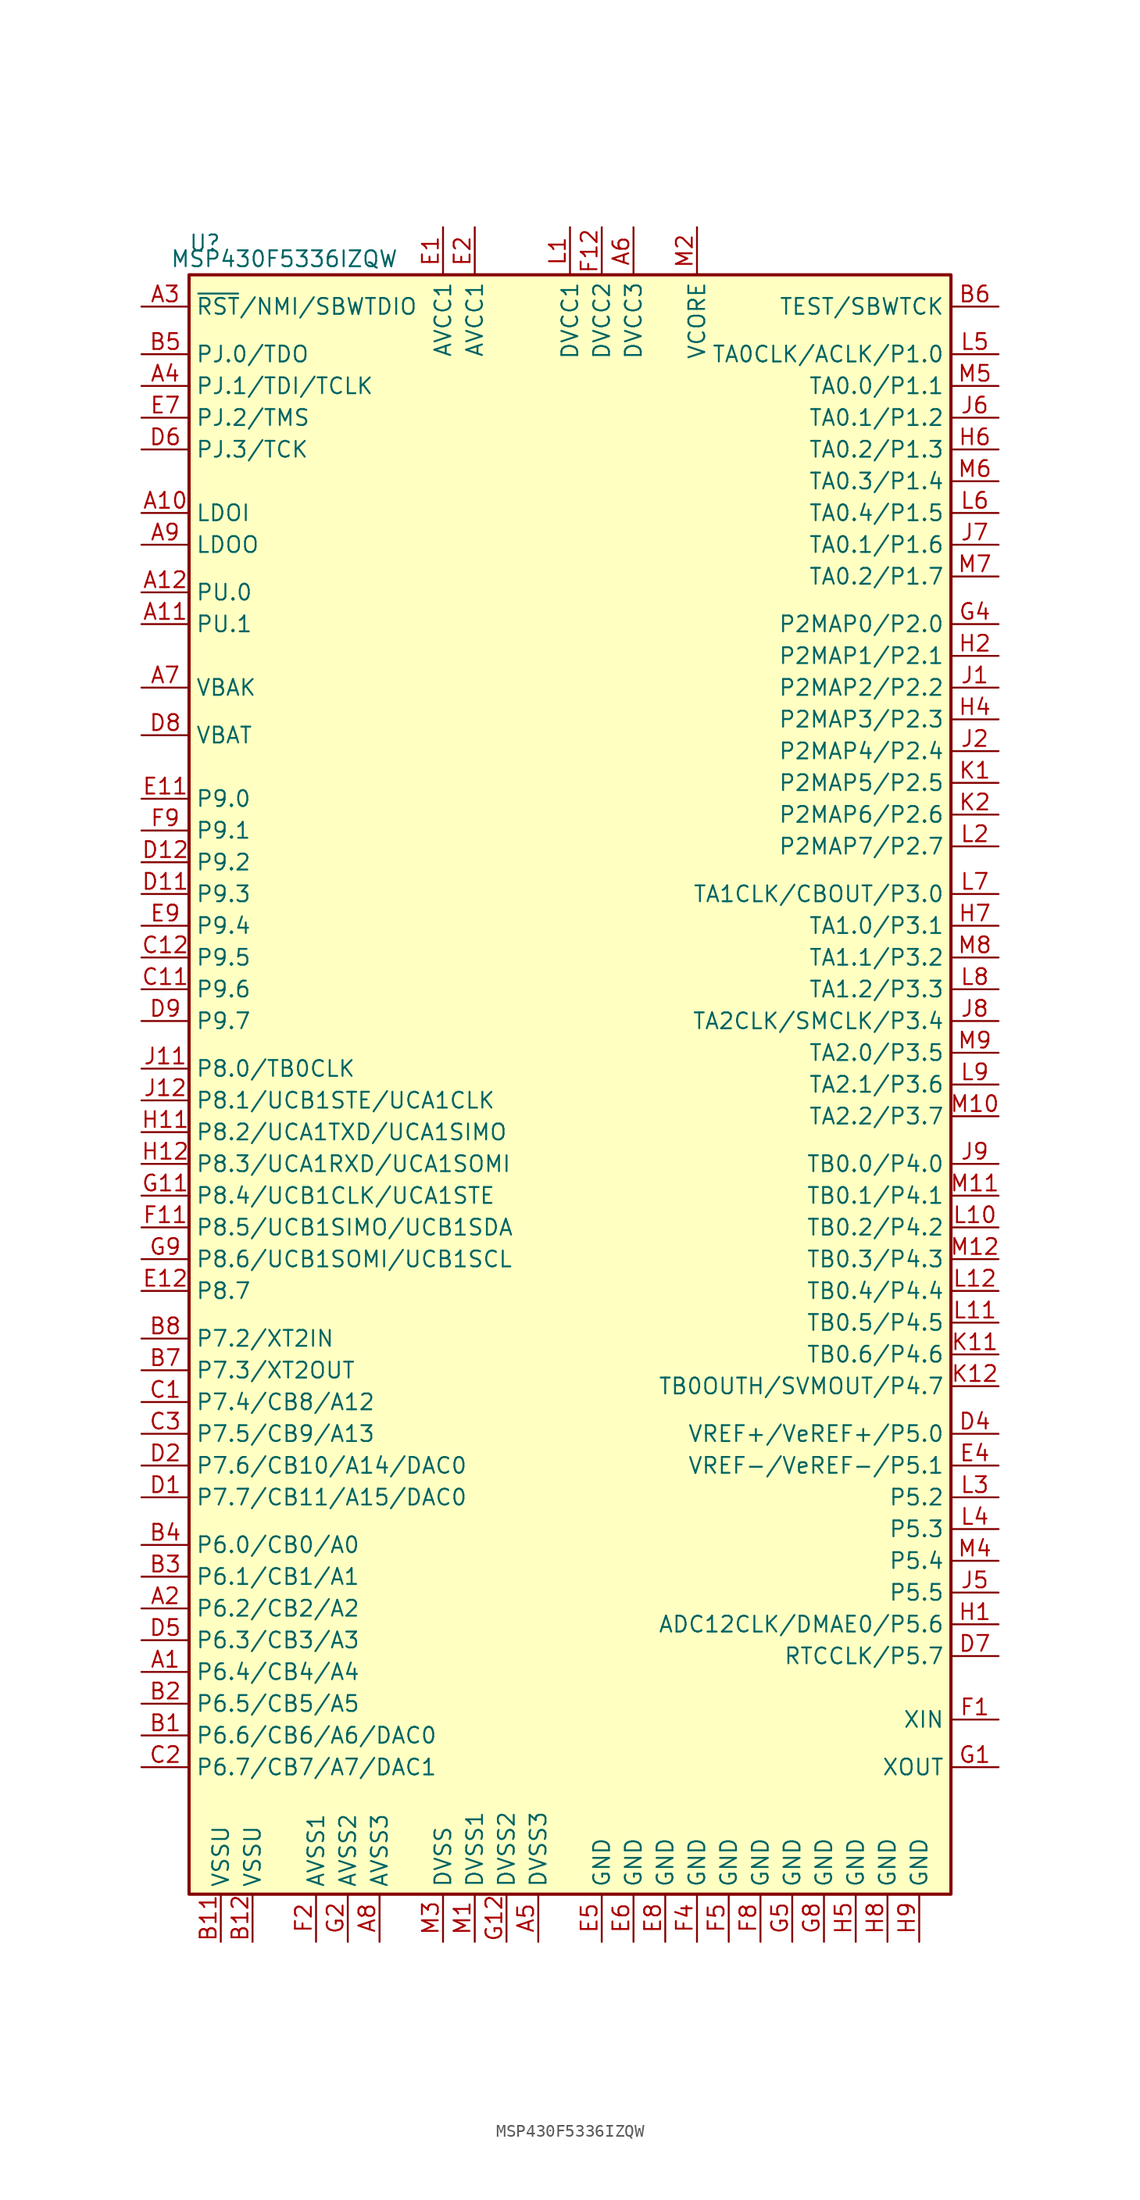
<source format=kicad_sym>
(kicad_symbol_lib
  (version 20220914)
  (generator kicad_symbol_editor)
  (symbol "MSP430F5336IZQW"
    (property "Reference" "U"
      (at -29.21 67.31 0)
      (effects (font (size 1.27 1.27))))
    (property "Value" "MSP430F5336IZQW"
      (at -22.86 66.04 0)
      (effects (font (size 1.27 1.27))))
    (symbol "MSP430F5336IZQW_0_1"
      (rectangle (start -30.48 64.77) (end 30.48 -64.77) (stroke (width 0.254) (type default)) (fill (type background))))
    (symbol "MSP430F5336IZQW_1_1"
      (pin bidirectional line (at -34.29 -46.99 0) (length 3.81) (name "P6.4/CB4/A4" (effects (font (size 1.27 1.27)))) (number "A1" (effects (font (size 1.27 1.27)))))
      (pin bidirectional line (at -34.29 45.72 0) (length 3.81) (name "LDOI" (effects (font (size 1.27 1.27)))) (number "A10" (effects (font (size 1.27 1.27)))))
      (pin bidirectional line (at -34.29 36.83 0) (length 3.81) (name "PU.1" (effects (font (size 1.27 1.27)))) (number "A11" (effects (font (size 1.27 1.27)))))
      (pin bidirectional line (at -34.29 39.37 0) (length 3.81) (name "PU.0" (effects (font (size 1.27 1.27)))) (number "A12" (effects (font (size 1.27 1.27)))))
      (pin bidirectional line (at -34.29 -41.91 0) (length 3.81) (name "P6.2/CB2/A2" (effects (font (size 1.27 1.27)))) (number "A2" (effects (font (size 1.27 1.27)))))
      (pin input line (at -34.29 62.23 0) (length 3.81) (name "~{RST}/NMI/SBWTDIO" (effects (font (size 1.27 1.27)))) (number "A3" (effects (font (size 1.27 1.27)))))
      (pin bidirectional line (at -34.29 55.88 0) (length 3.81) (name "PJ.1/TDI/TCLK" (effects (font (size 1.27 1.27)))) (number "A4" (effects (font (size 1.27 1.27)))))
      (pin power_in line (at -2.54 -68.58 90) (length 3.81) (name "DVSS3" (effects (font (size 1.27 1.27)))) (number "A5" (effects (font (size 1.27 1.27)))))
      (pin power_in line (at 5.08 68.58 270) (length 3.81) (name "DVCC3" (effects (font (size 1.27 1.27)))) (number "A6" (effects (font (size 1.27 1.27)))))
      (pin bidirectional line (at -34.29 31.75 0) (length 3.81) (name "VBAK" (effects (font (size 1.27 1.27)))) (number "A7" (effects (font (size 1.27 1.27)))))
      (pin power_in line (at -15.24 -68.58 90) (length 3.81) (name "AVSS3" (effects (font (size 1.27 1.27)))) (number "A8" (effects (font (size 1.27 1.27)))))
      (pin bidirectional line (at -34.29 43.18 0) (length 3.81) (name "LDOO" (effects (font (size 1.27 1.27)))) (number "A9" (effects (font (size 1.27 1.27)))))
      (pin bidirectional line (at -34.29 -52.07 0) (length 3.81) (name "P6.6/CB6/A6/DAC0" (effects (font (size 1.27 1.27)))) (number "B1" (effects (font (size 1.27 1.27)))))
      (pin power_in line (at -27.94 -68.58 90) (length 3.81) (name "VSSU" (effects (font (size 1.27 1.27)))) (number "B11" (effects (font (size 1.27 1.27)))))
      (pin power_in line (at -25.4 -68.58 90) (length 3.81) (name "VSSU" (effects (font (size 1.27 1.27)))) (number "B12" (effects (font (size 1.27 1.27)))))
      (pin bidirectional line (at -34.29 -49.53 0) (length 3.81) (name "P6.5/CB5/A5" (effects (font (size 1.27 1.27)))) (number "B2" (effects (font (size 1.27 1.27)))))
      (pin bidirectional line (at -34.29 -39.37 0) (length 3.81) (name "P6.1/CB1/A1" (effects (font (size 1.27 1.27)))) (number "B3" (effects (font (size 1.27 1.27)))))
      (pin bidirectional line (at -34.29 -36.83 0) (length 3.81) (name "P6.0/CB0/A0" (effects (font (size 1.27 1.27)))) (number "B4" (effects (font (size 1.27 1.27)))))
      (pin bidirectional line (at -34.29 58.42 0) (length 3.81) (name "PJ.0/TDO" (effects (font (size 1.27 1.27)))) (number "B5" (effects (font (size 1.27 1.27)))))
      (pin input line (at 34.29 62.23 180) (length 3.81) (name "TEST/SBWTCK" (effects (font (size 1.27 1.27)))) (number "B6" (effects (font (size 1.27 1.27)))))
      (pin bidirectional line (at -34.29 -22.86 0) (length 3.81) (name "P7.3/XT2OUT" (effects (font (size 1.27 1.27)))) (number "B7" (effects (font (size 1.27 1.27)))))
      (pin bidirectional line (at -34.29 -20.32 0) (length 3.81) (name "P7.2/XT2IN" (effects (font (size 1.27 1.27)))) (number "B8" (effects (font (size 1.27 1.27)))))
      (pin bidirectional line (at -34.29 -25.4 0) (length 3.81) (name "P7.4/CB8/A12" (effects (font (size 1.27 1.27)))) (number "C1" (effects (font (size 1.27 1.27)))))
      (pin bidirectional line (at -34.29 7.62 0) (length 3.81) (name "P9.6" (effects (font (size 1.27 1.27)))) (number "C11" (effects (font (size 1.27 1.27)))))
      (pin bidirectional line (at -34.29 10.16 0) (length 3.81) (name "P9.5" (effects (font (size 1.27 1.27)))) (number "C12" (effects (font (size 1.27 1.27)))))
      (pin bidirectional line (at -34.29 -54.61 0) (length 3.81) (name "P6.7/CB7/A7/DAC1" (effects (font (size 1.27 1.27)))) (number "C2" (effects (font (size 1.27 1.27)))))
      (pin bidirectional line (at -34.29 -27.94 0) (length 3.81) (name "P7.5/CB9/A13" (effects (font (size 1.27 1.27)))) (number "C3" (effects (font (size 1.27 1.27)))))
      (pin bidirectional line (at -34.29 -33.02 0) (length 3.81) (name "P7.7/CB11/A15/DAC0" (effects (font (size 1.27 1.27)))) (number "D1" (effects (font (size 1.27 1.27)))))
      (pin bidirectional line (at -34.29 15.24 0) (length 3.81) (name "P9.3" (effects (font (size 1.27 1.27)))) (number "D11" (effects (font (size 1.27 1.27)))))
      (pin bidirectional line (at -34.29 17.78 0) (length 3.81) (name "P9.2" (effects (font (size 1.27 1.27)))) (number "D12" (effects (font (size 1.27 1.27)))))
      (pin bidirectional line (at -34.29 -30.48 0) (length 3.81) (name "P7.6/CB10/A14/DAC0" (effects (font (size 1.27 1.27)))) (number "D2" (effects (font (size 1.27 1.27)))))
      (pin bidirectional line (at 34.29 -27.94 180) (length 3.81) (name "VREF+/VeREF+/P5.0" (effects (font (size 1.27 1.27)))) (number "D4" (effects (font (size 1.27 1.27)))))
      (pin bidirectional line (at -34.29 -44.45 0) (length 3.81) (name "P6.3/CB3/A3" (effects (font (size 1.27 1.27)))) (number "D5" (effects (font (size 1.27 1.27)))))
      (pin bidirectional line (at -34.29 50.8 0) (length 3.81) (name "PJ.3/TCK" (effects (font (size 1.27 1.27)))) (number "D6" (effects (font (size 1.27 1.27)))))
      (pin bidirectional line (at 34.29 -45.72 180) (length 3.81) (name "RTCCLK/P5.7" (effects (font (size 1.27 1.27)))) (number "D7" (effects (font (size 1.27 1.27)))))
      (pin bidirectional line (at -34.29 27.94 0) (length 3.81) (name "VBAT" (effects (font (size 1.27 1.27)))) (number "D8" (effects (font (size 1.27 1.27)))))
      (pin bidirectional line (at -34.29 5.08 0) (length 3.81) (name "P9.7" (effects (font (size 1.27 1.27)))) (number "D9" (effects (font (size 1.27 1.27)))))
      (pin power_in line (at -10.16 68.58 270) (length 3.81) (name "AVCC1" (effects (font (size 1.27 1.27)))) (number "E1" (effects (font (size 1.27 1.27)))))
      (pin bidirectional line (at -34.29 22.86 0) (length 3.81) (name "P9.0" (effects (font (size 1.27 1.27)))) (number "E11" (effects (font (size 1.27 1.27)))))
      (pin bidirectional line (at -34.29 -16.51 0) (length 3.81) (name "P8.7" (effects (font (size 1.27 1.27)))) (number "E12" (effects (font (size 1.27 1.27)))))
      (pin power_in line (at -7.62 68.58 270) (length 3.81) (name "AVCC1" (effects (font (size 1.27 1.27)))) (number "E2" (effects (font (size 1.27 1.27)))))
      (pin bidirectional line (at 34.29 -30.48 180) (length 3.81) (name "VREF-/VeREF-/P5.1" (effects (font (size 1.27 1.27)))) (number "E4" (effects (font (size 1.27 1.27)))))
      (pin power_in line (at 2.54 -68.58 90) (length 3.81) (name "GND" (effects (font (size 1.27 1.27)))) (number "E5" (effects (font (size 1.27 1.27)))))
      (pin power_in line (at 5.08 -68.58 90) (length 3.81) (name "GND" (effects (font (size 1.27 1.27)))) (number "E6" (effects (font (size 1.27 1.27)))))
      (pin bidirectional line (at -34.29 53.34 0) (length 3.81) (name "PJ.2/TMS" (effects (font (size 1.27 1.27)))) (number "E7" (effects (font (size 1.27 1.27)))))
      (pin power_in line (at 7.62 -68.58 90) (length 3.81) (name "GND" (effects (font (size 1.27 1.27)))) (number "E8" (effects (font (size 1.27 1.27)))))
      (pin bidirectional line (at -34.29 12.7 0) (length 3.81) (name "P9.4" (effects (font (size 1.27 1.27)))) (number "E9" (effects (font (size 1.27 1.27)))))
      (pin bidirectional line (at 34.29 -50.8 180) (length 3.81) (name "XIN" (effects (font (size 1.27 1.27)))) (number "F1" (effects (font (size 1.27 1.27)))))
      (pin bidirectional line (at -34.29 -11.43 0) (length 3.81) (name "P8.5/UCB1SIMO/UCB1SDA" (effects (font (size 1.27 1.27)))) (number "F11" (effects (font (size 1.27 1.27)))))
      (pin power_in line (at 2.54 68.58 270) (length 3.81) (name "DVCC2" (effects (font (size 1.27 1.27)))) (number "F12" (effects (font (size 1.27 1.27)))))
      (pin power_in line (at -20.32 -68.58 90) (length 3.81) (name "AVSS1" (effects (font (size 1.27 1.27)))) (number "F2" (effects (font (size 1.27 1.27)))))
      (pin power_in line (at 10.16 -68.58 90) (length 3.81) (name "GND" (effects (font (size 1.27 1.27)))) (number "F4" (effects (font (size 1.27 1.27)))))
      (pin power_in line (at 12.7 -68.58 90) (length 3.81) (name "GND" (effects (font (size 1.27 1.27)))) (number "F5" (effects (font (size 1.27 1.27)))))
      (pin power_in line (at 15.24 -68.58 90) (length 3.81) (name "GND" (effects (font (size 1.27 1.27)))) (number "F8" (effects (font (size 1.27 1.27)))))
      (pin bidirectional line (at -34.29 20.32 0) (length 3.81) (name "P9.1" (effects (font (size 1.27 1.27)))) (number "F9" (effects (font (size 1.27 1.27)))))
      (pin bidirectional line (at 34.29 -54.61 180) (length 3.81) (name "XOUT" (effects (font (size 1.27 1.27)))) (number "G1" (effects (font (size 1.27 1.27)))))
      (pin bidirectional line (at -34.29 -8.89 0) (length 3.81) (name "P8.4/UCB1CLK/UCA1STE" (effects (font (size 1.27 1.27)))) (number "G11" (effects (font (size 1.27 1.27)))))
      (pin power_in line (at -5.08 -68.58 90) (length 3.81) (name "DVSS2" (effects (font (size 1.27 1.27)))) (number "G12" (effects (font (size 1.27 1.27)))))
      (pin power_in line (at -17.78 -68.58 90) (length 3.81) (name "AVSS2" (effects (font (size 1.27 1.27)))) (number "G2" (effects (font (size 1.27 1.27)))))
      (pin bidirectional line (at 34.29 36.83 180) (length 3.81) (name "P2MAP0/P2.0" (effects (font (size 1.27 1.27)))) (number "G4" (effects (font (size 1.27 1.27)))))
      (pin power_in line (at 17.78 -68.58 90) (length 3.81) (name "GND" (effects (font (size 1.27 1.27)))) (number "G5" (effects (font (size 1.27 1.27)))))
      (pin power_in line (at 20.32 -68.58 90) (length 3.81) (name "GND" (effects (font (size 1.27 1.27)))) (number "G8" (effects (font (size 1.27 1.27)))))
      (pin bidirectional line (at -34.29 -13.97 0) (length 3.81) (name "P8.6/UCB1SOMI/UCB1SCL" (effects (font (size 1.27 1.27)))) (number "G9" (effects (font (size 1.27 1.27)))))
      (pin bidirectional line (at 34.29 -43.18 180) (length 3.81) (name "ADC12CLK/DMAE0/P5.6" (effects (font (size 1.27 1.27)))) (number "H1" (effects (font (size 1.27 1.27)))))
      (pin bidirectional line (at -34.29 -3.81 0) (length 3.81) (name "P8.2/UCA1TXD/UCA1SIMO" (effects (font (size 1.27 1.27)))) (number "H11" (effects (font (size 1.27 1.27)))))
      (pin bidirectional line (at -34.29 -6.35 0) (length 3.81) (name "P8.3/UCA1RXD/UCA1SOMI" (effects (font (size 1.27 1.27)))) (number "H12" (effects (font (size 1.27 1.27)))))
      (pin bidirectional line (at 34.29 34.29 180) (length 3.81) (name "P2MAP1/P2.1" (effects (font (size 1.27 1.27)))) (number "H2" (effects (font (size 1.27 1.27)))))
      (pin bidirectional line (at 34.29 29.21 180) (length 3.81) (name "P2MAP3/P2.3" (effects (font (size 1.27 1.27)))) (number "H4" (effects (font (size 1.27 1.27)))))
      (pin power_in line (at 22.86 -68.58 90) (length 3.81) (name "GND" (effects (font (size 1.27 1.27)))) (number "H5" (effects (font (size 1.27 1.27)))))
      (pin bidirectional line (at 34.29 50.8 180) (length 3.81) (name "TA0.2/P1.3" (effects (font (size 1.27 1.27)))) (number "H6" (effects (font (size 1.27 1.27)))))
      (pin bidirectional line (at 34.29 12.7 180) (length 3.81) (name "TA1.0/P3.1" (effects (font (size 1.27 1.27)))) (number "H7" (effects (font (size 1.27 1.27)))))
      (pin power_in line (at 25.4 -68.58 90) (length 3.81) (name "GND" (effects (font (size 1.27 1.27)))) (number "H8" (effects (font (size 1.27 1.27)))))
      (pin power_in line (at 27.94 -68.58 90) (length 3.81) (name "GND" (effects (font (size 1.27 1.27)))) (number "H9" (effects (font (size 1.27 1.27)))))
      (pin bidirectional line (at 34.29 31.75 180) (length 3.81) (name "P2MAP2/P2.2" (effects (font (size 1.27 1.27)))) (number "J1" (effects (font (size 1.27 1.27)))))
      (pin bidirectional line (at -34.29 1.27 0) (length 3.81) (name "P8.0/TB0CLK" (effects (font (size 1.27 1.27)))) (number "J11" (effects (font (size 1.27 1.27)))))
      (pin bidirectional line (at -34.29 -1.27 0) (length 3.81) (name "P8.1/UCB1STE/UCA1CLK" (effects (font (size 1.27 1.27)))) (number "J12" (effects (font (size 1.27 1.27)))))
      (pin bidirectional line (at 34.29 26.67 180) (length 3.81) (name "P2MAP4/P2.4" (effects (font (size 1.27 1.27)))) (number "J2" (effects (font (size 1.27 1.27)))))
      (pin bidirectional line (at 34.29 -40.64 180) (length 3.81) (name "P5.5" (effects (font (size 1.27 1.27)))) (number "J5" (effects (font (size 1.27 1.27)))))
      (pin bidirectional line (at 34.29 53.34 180) (length 3.81) (name "TA0.1/P1.2" (effects (font (size 1.27 1.27)))) (number "J6" (effects (font (size 1.27 1.27)))))
      (pin bidirectional line (at 34.29 43.18 180) (length 3.81) (name "TA0.1/P1.6" (effects (font (size 1.27 1.27)))) (number "J7" (effects (font (size 1.27 1.27)))))
      (pin bidirectional line (at 34.29 5.08 180) (length 3.81) (name "TA2CLK/SMCLK/P3.4" (effects (font (size 1.27 1.27)))) (number "J8" (effects (font (size 1.27 1.27)))))
      (pin bidirectional line (at 34.29 -6.35 180) (length 3.81) (name "TB0.0/P4.0" (effects (font (size 1.27 1.27)))) (number "J9" (effects (font (size 1.27 1.27)))))
      (pin bidirectional line (at 34.29 24.13 180) (length 3.81) (name "P2MAP5/P2.5" (effects (font (size 1.27 1.27)))) (number "K1" (effects (font (size 1.27 1.27)))))
      (pin bidirectional line (at 34.29 -21.59 180) (length 3.81) (name "TB0.6/P4.6" (effects (font (size 1.27 1.27)))) (number "K11" (effects (font (size 1.27 1.27)))))
      (pin bidirectional line (at 34.29 -24.13 180) (length 3.81) (name "TB0OUTH/SVMOUT/P4.7" (effects (font (size 1.27 1.27)))) (number "K12" (effects (font (size 1.27 1.27)))))
      (pin bidirectional line (at 34.29 21.59 180) (length 3.81) (name "P2MAP6/P2.6" (effects (font (size 1.27 1.27)))) (number "K2" (effects (font (size 1.27 1.27)))))
      (pin power_in line (at 0 68.58 270) (length 3.81) (name "DVCC1" (effects (font (size 1.27 1.27)))) (number "L1" (effects (font (size 1.27 1.27)))))
      (pin bidirectional line (at 34.29 -11.43 180) (length 3.81) (name "TB0.2/P4.2" (effects (font (size 1.27 1.27)))) (number "L10" (effects (font (size 1.27 1.27)))))
      (pin bidirectional line (at 34.29 -19.05 180) (length 3.81) (name "TB0.5/P4.5" (effects (font (size 1.27 1.27)))) (number "L11" (effects (font (size 1.27 1.27)))))
      (pin bidirectional line (at 34.29 -16.51 180) (length 3.81) (name "TB0.4/P4.4" (effects (font (size 1.27 1.27)))) (number "L12" (effects (font (size 1.27 1.27)))))
      (pin bidirectional line (at 34.29 19.05 180) (length 3.81) (name "P2MAP7/P2.7" (effects (font (size 1.27 1.27)))) (number "L2" (effects (font (size 1.27 1.27)))))
      (pin bidirectional line (at 34.29 -33.02 180) (length 3.81) (name "P5.2" (effects (font (size 1.27 1.27)))) (number "L3" (effects (font (size 1.27 1.27)))))
      (pin bidirectional line (at 34.29 -35.56 180) (length 3.81) (name "P5.3" (effects (font (size 1.27 1.27)))) (number "L4" (effects (font (size 1.27 1.27)))))
      (pin bidirectional line (at 34.29 58.42 180) (length 3.81) (name "TA0CLK/ACLK/P1.0" (effects (font (size 1.27 1.27)))) (number "L5" (effects (font (size 1.27 1.27)))))
      (pin bidirectional line (at 34.29 45.72 180) (length 3.81) (name "TA0.4/P1.5" (effects (font (size 1.27 1.27)))) (number "L6" (effects (font (size 1.27 1.27)))))
      (pin bidirectional line (at 34.29 15.24 180) (length 3.81) (name "TA1CLK/CBOUT/P3.0" (effects (font (size 1.27 1.27)))) (number "L7" (effects (font (size 1.27 1.27)))))
      (pin bidirectional line (at 34.29 7.62 180) (length 3.81) (name "TA1.2/P3.3" (effects (font (size 1.27 1.27)))) (number "L8" (effects (font (size 1.27 1.27)))))
      (pin bidirectional line (at 34.29 0 180) (length 3.81) (name "TA2.1/P3.6" (effects (font (size 1.27 1.27)))) (number "L9" (effects (font (size 1.27 1.27)))))
      (pin power_in line (at -7.62 -68.58 90) (length 3.81) (name "DVSS1" (effects (font (size 1.27 1.27)))) (number "M1" (effects (font (size 1.27 1.27)))))
      (pin bidirectional line (at 34.29 -2.54 180) (length 3.81) (name "TA2.2/P3.7" (effects (font (size 1.27 1.27)))) (number "M10" (effects (font (size 1.27 1.27)))))
      (pin bidirectional line (at 34.29 -8.89 180) (length 3.81) (name "TB0.1/P4.1" (effects (font (size 1.27 1.27)))) (number "M11" (effects (font (size 1.27 1.27)))))
      (pin bidirectional line (at 34.29 -13.97 180) (length 3.81) (name "TB0.3/P4.3" (effects (font (size 1.27 1.27)))) (number "M12" (effects (font (size 1.27 1.27)))))
      (pin bidirectional line (at 10.16 68.58 270) (length 3.81) (name "VCORE" (effects (font (size 1.27 1.27)))) (number "M2" (effects (font (size 1.27 1.27)))))
      (pin power_in line (at -10.16 -68.58 90) (length 3.81) (name "DVSS" (effects (font (size 1.27 1.27)))) (number "M3" (effects (font (size 1.27 1.27)))))
      (pin bidirectional line (at 34.29 -38.1 180) (length 3.81) (name "P5.4" (effects (font (size 1.27 1.27)))) (number "M4" (effects (font (size 1.27 1.27)))))
      (pin bidirectional line (at 34.29 55.88 180) (length 3.81) (name "TA0.0/P1.1" (effects (font (size 1.27 1.27)))) (number "M5" (effects (font (size 1.27 1.27)))))
      (pin bidirectional line (at 34.29 48.26 180) (length 3.81) (name "TA0.3/P1.4" (effects (font (size 1.27 1.27)))) (number "M6" (effects (font (size 1.27 1.27)))))
      (pin bidirectional line (at 34.29 40.64 180) (length 3.81) (name "TA0.2/P1.7" (effects (font (size 1.27 1.27)))) (number "M7" (effects (font (size 1.27 1.27)))))
      (pin bidirectional line (at 34.29 10.16 180) (length 3.81) (name "TA1.1/P3.2" (effects (font (size 1.27 1.27)))) (number "M8" (effects (font (size 1.27 1.27)))))
      (pin bidirectional line (at 34.29 2.54 180) (length 3.81) (name "TA2.0/P3.5" (effects (font (size 1.27 1.27)))) (number "M9" (effects (font (size 1.27 1.27))))))))
</source>
